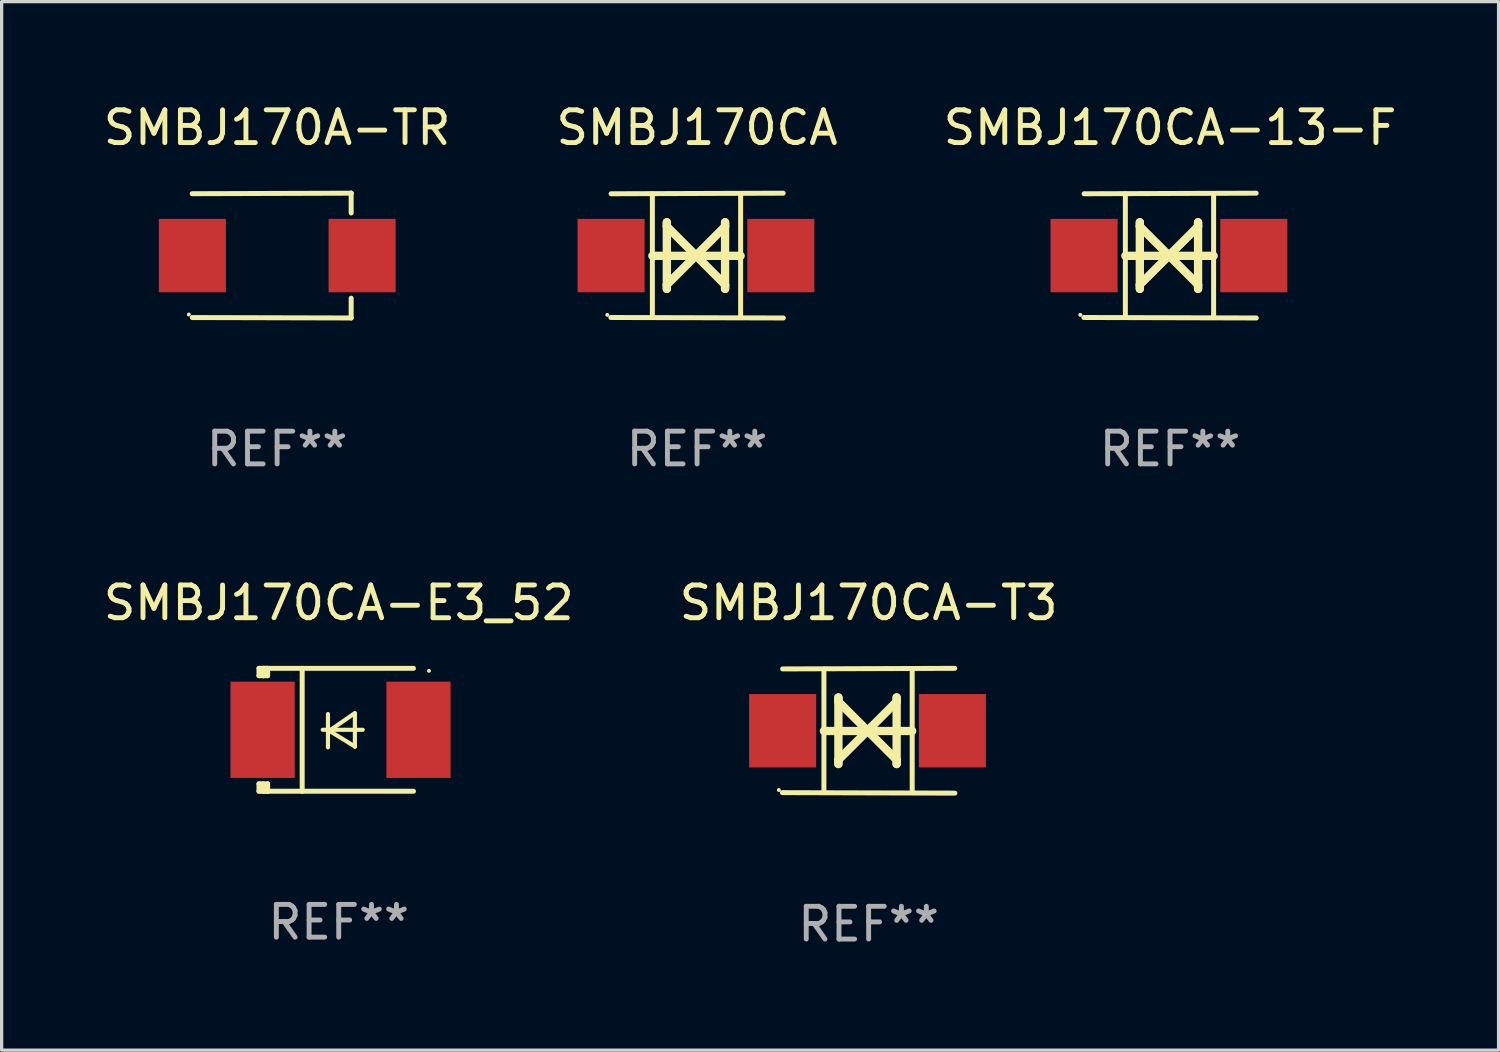
<source format=kicad_pcb>
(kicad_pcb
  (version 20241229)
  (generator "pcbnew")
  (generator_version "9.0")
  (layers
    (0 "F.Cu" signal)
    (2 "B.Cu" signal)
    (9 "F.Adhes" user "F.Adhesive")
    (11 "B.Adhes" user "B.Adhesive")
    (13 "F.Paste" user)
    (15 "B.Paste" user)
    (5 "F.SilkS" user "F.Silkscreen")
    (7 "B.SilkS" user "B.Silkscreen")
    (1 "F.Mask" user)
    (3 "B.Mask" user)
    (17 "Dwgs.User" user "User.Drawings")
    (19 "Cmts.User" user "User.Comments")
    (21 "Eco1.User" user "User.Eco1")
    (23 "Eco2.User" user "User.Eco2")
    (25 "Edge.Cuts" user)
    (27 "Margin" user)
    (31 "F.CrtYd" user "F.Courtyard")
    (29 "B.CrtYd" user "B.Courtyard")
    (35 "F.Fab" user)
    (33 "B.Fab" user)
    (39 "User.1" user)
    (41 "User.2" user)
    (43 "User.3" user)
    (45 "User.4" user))
  (footprint "SMBJ170CA-E3_52"
    (layer "F.Cu")
    (at 7.292 19.231)
    (property "Reference" "SMBJ170CA-E3_52" (at 0 -3.876 0) (layer "F.SilkS") (effects (font (size 1 1) (thickness 0.15))))
    (attr through_hole)
    (fp_line (start -2.435 1.65) (end -2.171 1.65) (stroke (width 0.152) (type solid)) (layer "F.SilkS"))
    (fp_line (start -2.435 1.876) (end -2.435 1.65) (stroke (width 0.152) (type solid)) (layer "F.SilkS"))
    (fp_line (start -2.435 -1.876) (end -2.171 -1.876) (stroke (width 0.152) (type solid)) (layer "F.SilkS"))
    (fp_line (start -2.435 -1.65) (end -2.435 -1.876) (stroke (width 0.152) (type solid)) (layer "F.SilkS"))
    (fp_line (start -2.305 -1.866) (end -2.295 -1.876) (stroke (width 0.152) (type solid)) (layer "F.SilkS"))
    (fp_line (start -2.305 -1.65) (end -2.305 -1.866) (stroke (width 0.152) (type solid)) (layer "F.SilkS"))
    (fp_line (start -2.305 1.876) (end -2.305 1.65) (stroke (width 0.152) (type solid)) (layer "F.SilkS"))
    (fp_line (start -2.295 -1.876) (end -2.295 -1.65) (stroke (width 0.152) (type solid)) (layer "F.SilkS"))
    (fp_line (start -2.171 1.876) (end -2.435 1.876) (stroke (width 0.152) (type solid)) (layer "F.SilkS"))
    (fp_line (start -2.171 -1.65) (end -2.435 -1.65) (stroke (width 0.152) (type solid)) (layer "F.SilkS"))
    (fp_line (start -2.171 -1.876) (end -2.295 -1.876) (stroke (width 0.152) (type solid)) (layer "F.SilkS"))
    (fp_line (start -2.171 -1.65) (end -2.171 -1.876) (stroke (width 0.152) (type solid)) (layer "F.SilkS"))
    (fp_line (start -2.171 1.876) (end -2.305 1.876) (stroke (width 0.152) (type solid)) (layer "F.SilkS"))
    (fp_line (start -2.171 1.876) (end -2.171 1.65) (stroke (width 0.152) (type solid)) (layer "F.SilkS"))
    (fp_line (start -1.116 1.876) (end -1.116 -1.876) (stroke (width 0.152) (type solid)) (layer "F.SilkS"))
    (fp_line (start -0.488 0.000102) (end 0.731 0.000102) (stroke (width 0.127) (type solid)) (layer "F.SilkS"))
    (fp_line (start -0.329 -0.48) (end -0.329 0.536) (stroke (width 0.127) (type solid)) (layer "F.SilkS"))
    (fp_line (start -0.29 0.03) (end 0.493 0.51) (stroke (width 0.127) (type solid)) (layer "F.SilkS"))
    (fp_line (start 0.493 -0.51) (end -0.29 0.03) (stroke (width 0.127) (type solid)) (layer "F.SilkS"))
    (fp_line (start 0.493 0.52) (end 0.493 -0.496) (stroke (width 0.127) (type solid)) (layer "F.SilkS"))
    (fp_line (start 2.281 -1.876) (end -2.171 -1.876) (stroke (width 0.152) (type solid)) (layer "F.SilkS"))
    (fp_line (start 2.281 1.876) (end -2.171 1.876) (stroke (width 0.152) (type solid)) (layer "F.SilkS"))
    (fp_circle (center 2.755 -1.8) (end 2.785 -1.8) (stroke (width 0.06) (type solid)) (fill no) (layer "F.SilkS"))
    (fp_text user "REF**" (at 0 5.876 0) (layer "F.Fab") (effects (font (size 1 1) (thickness 0.15))))
    (pad "1" smd rect (at 2.435 -0.000025 180) (size 1.96 2.94) (layers "F.Cu" "F.Mask" "F.Paste"))
    (pad "2" smd rect (at -2.325 -0.000025 180) (size 1.96 2.94) (layers "F.Cu" "F.Mask" "F.Paste")))
  (footprint "SMBJ170CA-T3"
    (layer "F.Cu")
    (at 23.47 19.26)
    (property "Reference" "SMBJ170CA-T3" (at 0 -3.905 0) (layer "F.SilkS") (effects (font (size 1 1) (thickness 0.15))))
    (attr through_hole)
    (fp_line (start -1.365 1.886) (end -1.365 -1.886) (stroke (width 0.152) (type solid)) (layer "F.SilkS"))
    (fp_line (start -1.365 0.008) (end 1.33 0.008) (stroke (width 0.254) (type solid)) (layer "F.SilkS"))
    (fp_line (start -0.923 -1.016) (end -0.923 1.016) (stroke (width 0.254) (type solid)) (layer "F.SilkS"))
    (fp_line (start -0.923 -0.889) (end -0.923 -1.016) (stroke (width 0.254) (type solid)) (layer "F.SilkS"))
    (fp_line (start -0.923 0.889) (end -0.034 0) (stroke (width 0.254) (type solid)) (layer "F.SilkS"))
    (fp_line (start -0.923 1.016) (end -0.923 0.889) (stroke (width 0.254) (type solid)) (layer "F.SilkS"))
    (fp_line (start -0.034 0) (end -0.923 -0.889) (stroke (width 0.254) (type solid)) (layer "F.SilkS"))
    (fp_line (start -0.034 0) (end 0.855 0.889) (stroke (width 0.254) (type solid)) (layer "F.SilkS"))
    (fp_line (start 0.855 -1.016) (end 0.855 -0.889) (stroke (width 0.254) (type solid)) (layer "F.SilkS"))
    (fp_line (start 0.855 -0.889) (end -0.034 0) (stroke (width 0.254) (type solid)) (layer "F.SilkS"))
    (fp_line (start 0.855 0.889) (end 0.855 1.016) (stroke (width 0.254) (type solid)) (layer "F.SilkS"))
    (fp_line (start 0.855 1.016) (end 0.855 -1.016) (stroke (width 0.254) (type solid)) (layer "F.SilkS"))
    (fp_line (start 1.33 1.886) (end 1.33 -1.886) (stroke (width 0.152) (type solid)) (layer "F.SilkS"))
    (fp_line (start 2.629 -1.905) (end -2.625 -1.887) (stroke (width 0.152) (type solid)) (layer "F.SilkS"))
    (fp_line (start 2.633 1.905) (end -2.633 1.89) (stroke (width 0.152) (type solid)) (layer "F.SilkS"))
    (fp_circle (center -2.741 1.81) (end -2.711 1.81) (stroke (width 0.06) (type solid)) (fill no) (layer "F.SilkS"))
    (fp_text user "REF**" (at 0 5.905 0) (layer "F.Fab") (effects (font (size 1 1) (thickness 0.15))))
    (pad "1" smd rect (at -2.625 0) (size 2.047 2.241) (layers "F.Cu" "F.Mask" "F.Paste"))
    (pad "2" smd rect (at 2.557 0) (size 2.047 2.241) (layers "F.Cu" "F.Mask" "F.Paste")))
  (footprint "SMBJ170CA"
    (layer "F.Cu")
    (at 18.232 4.753)
    (property "Reference" "SMBJ170CA" (at 0 -3.905 0) (layer "F.SilkS") (effects (font (size 1 1) (thickness 0.15))))
    (attr through_hole)
    (fp_line (start -1.365 1.886) (end -1.365 -1.886) (stroke (width 0.152) (type solid)) (layer "F.SilkS"))
    (fp_line (start -1.365 0.008) (end 1.33 0.008) (stroke (width 0.254) (type solid)) (layer "F.SilkS"))
    (fp_line (start -0.923 -1.016) (end -0.923 1.016) (stroke (width 0.254) (type solid)) (layer "F.SilkS"))
    (fp_line (start -0.923 -0.889) (end -0.923 -1.016) (stroke (width 0.254) (type solid)) (layer "F.SilkS"))
    (fp_line (start -0.923 0.889) (end -0.034 0) (stroke (width 0.254) (type solid)) (layer "F.SilkS"))
    (fp_line (start -0.923 1.016) (end -0.923 0.889) (stroke (width 0.254) (type solid)) (layer "F.SilkS"))
    (fp_line (start -0.034 0) (end -0.923 -0.889) (stroke (width 0.254) (type solid)) (layer "F.SilkS"))
    (fp_line (start -0.034 0) (end 0.855 0.889) (stroke (width 0.254) (type solid)) (layer "F.SilkS"))
    (fp_line (start 0.855 -1.016) (end 0.855 -0.889) (stroke (width 0.254) (type solid)) (layer "F.SilkS"))
    (fp_line (start 0.855 -0.889) (end -0.034 0) (stroke (width 0.254) (type solid)) (layer "F.SilkS"))
    (fp_line (start 0.855 0.889) (end 0.855 1.016) (stroke (width 0.254) (type solid)) (layer "F.SilkS"))
    (fp_line (start 0.855 1.016) (end 0.855 -1.016) (stroke (width 0.254) (type solid)) (layer "F.SilkS"))
    (fp_line (start 1.33 1.886) (end 1.33 -1.886) (stroke (width 0.152) (type solid)) (layer "F.SilkS"))
    (fp_line (start 2.629 -1.905) (end -2.625 -1.887) (stroke (width 0.152) (type solid)) (layer "F.SilkS"))
    (fp_line (start 2.633 1.905) (end -2.633 1.89) (stroke (width 0.152) (type solid)) (layer "F.SilkS"))
    (fp_circle (center -2.741 1.81) (end -2.711 1.81) (stroke (width 0.06) (type solid)) (fill no) (layer "F.SilkS"))
    (fp_text user "REF**" (at 0 5.905 0) (layer "F.Fab") (effects (font (size 1 1) (thickness 0.15))))
    (pad "1" smd rect (at -2.625 0) (size 2.047 2.241) (layers "F.Cu" "F.Mask" "F.Paste"))
    (pad "2" smd rect (at 2.557 0) (size 2.047 2.241) (layers "F.Cu" "F.Mask" "F.Paste")))
  (footprint "SMBJ170A-TR"
    (layer "F.Cu")
    (at 5.411 4.753)
    (property "Reference" "SMBJ170A-TR" (at 0 -3.905 0) (layer "F.SilkS") (effects (font (size 1 1) (thickness 0.15))))
    (attr through_hole)
    (fp_line (start 2.256 -1.905) (end -2.594 -1.889) (stroke (width 0.152) (type solid)) (layer "F.SilkS"))
    (fp_line (start 2.256 -1.905) (end 2.26 -1.905) (stroke (width 0.152) (type solid)) (layer "F.SilkS"))
    (fp_line (start 2.26 -1.905) (end 2.26 -1.301) (stroke (width 0.152) (type solid)) (layer "F.SilkS"))
    (fp_line (start 2.26 1.301) (end 2.26 1.905) (stroke (width 0.152) (type solid)) (layer "F.SilkS"))
    (fp_line (start 2.26 1.905) (end -2.59 1.892) (stroke (width 0.152) (type solid)) (layer "F.SilkS"))
    (fp_circle (center -2.697 1.8) (end -2.667 1.8) (stroke (width 0.06) (type solid)) (fill no) (layer "F.SilkS"))
    (fp_text user "REF**" (at 0 5.905 0) (layer "F.Fab") (effects (font (size 1 1) (thickness 0.15))))
    (pad "1" smd rect (at -2.588 0) (size 2.047 2.241) (layers "F.Cu" "F.Mask" "F.Paste"))
    (pad "2" smd rect (at 2.594 0) (size 2.047 2.241) (layers "F.Cu" "F.Mask" "F.Paste")))
  (footprint "SMBJ170CA-13-F"
    (layer "F.Cu")
    (at 32.673 4.753)
    (property "Reference" "SMBJ170CA-13-F" (at 0 -3.905 0) (layer "F.SilkS") (effects (font (size 1 1) (thickness 0.15))))
    (attr through_hole)
    (fp_line (start -1.365 1.886) (end -1.365 -1.886) (stroke (width 0.152) (type solid)) (layer "F.SilkS"))
    (fp_line (start -1.365 0.008) (end 1.33 0.008) (stroke (width 0.254) (type solid)) (layer "F.SilkS"))
    (fp_line (start -0.923 -1.016) (end -0.923 1.016) (stroke (width 0.254) (type solid)) (layer "F.SilkS"))
    (fp_line (start -0.923 -0.889) (end -0.923 -1.016) (stroke (width 0.254) (type solid)) (layer "F.SilkS"))
    (fp_line (start -0.923 0.889) (end -0.034 0) (stroke (width 0.254) (type solid)) (layer "F.SilkS"))
    (fp_line (start -0.923 1.016) (end -0.923 0.889) (stroke (width 0.254) (type solid)) (layer "F.SilkS"))
    (fp_line (start -0.034 0) (end -0.923 -0.889) (stroke (width 0.254) (type solid)) (layer "F.SilkS"))
    (fp_line (start -0.034 0) (end 0.855 0.889) (stroke (width 0.254) (type solid)) (layer "F.SilkS"))
    (fp_line (start 0.855 -1.016) (end 0.855 -0.889) (stroke (width 0.254) (type solid)) (layer "F.SilkS"))
    (fp_line (start 0.855 -0.889) (end -0.034 0) (stroke (width 0.254) (type solid)) (layer "F.SilkS"))
    (fp_line (start 0.855 0.889) (end 0.855 1.016) (stroke (width 0.254) (type solid)) (layer "F.SilkS"))
    (fp_line (start 0.855 1.016) (end 0.855 -1.016) (stroke (width 0.254) (type solid)) (layer "F.SilkS"))
    (fp_line (start 1.33 1.886) (end 1.33 -1.886) (stroke (width 0.152) (type solid)) (layer "F.SilkS"))
    (fp_line (start 2.629 -1.905) (end -2.625 -1.887) (stroke (width 0.152) (type solid)) (layer "F.SilkS"))
    (fp_line (start 2.633 1.905) (end -2.633 1.89) (stroke (width 0.152) (type solid)) (layer "F.SilkS"))
    (fp_circle (center -2.741 1.81) (end -2.711 1.81) (stroke (width 0.06) (type solid)) (fill no) (layer "F.SilkS"))
    (fp_text user "REF**" (at 0 5.905 0) (layer "F.Fab") (effects (font (size 1 1) (thickness 0.15))))
    (pad "1" smd rect (at -2.625 0) (size 2.047 2.241) (layers "F.Cu" "F.Mask" "F.Paste"))
    (pad "2" smd rect (at 2.557 0) (size 2.047 2.241) (layers "F.Cu" "F.Mask" "F.Paste")))
  (gr_rect
    (start -3 -3)
    (end 42.702 29.013)
    (stroke (width 0.1) (type default))
    (fill no)
    (layer "Edge.Cuts")))
</source>
